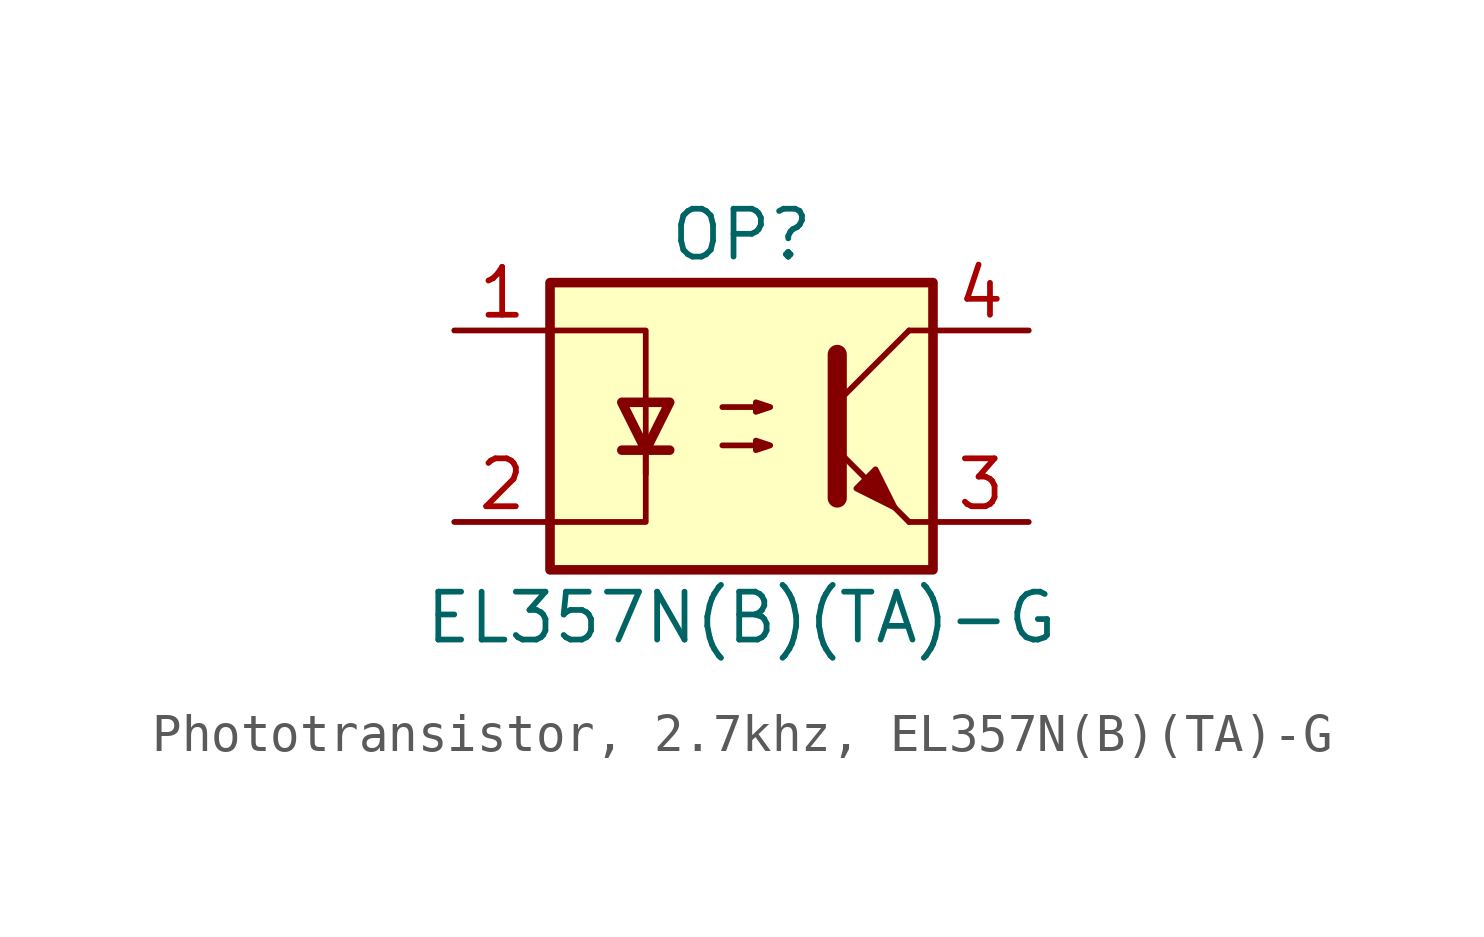
<source format=kicad_sym>
(kicad_symbol_lib
  (version 20231120)
  (generator "CDFER_Archive_Tool")
  (generator_version "0.0")
  (symbol "Phototransistor, 2.7khz, EL357N(B)(TA)-G"
    (property "Reference" "OP"
      (at 0 5.08 0)
      (effects (font (size 1.27 1.27))))
    (property "Value" "EL357N(B)(TA)-G"
      (at 0 -5.08 0)
      (effects (font (size 1.27 1.27))))
    (symbol "Phototransistor, 2.7khz, EL357N(B)(TA)-G_0_1"
      (rectangle (start -5.08 3.81) (end 5.08 -3.81) (stroke (width 0.254) (type default)) (fill (type background)))
      (polyline (pts (xy -3.175 -0.635) (xy -1.905 -0.635)) (stroke (width 0.254) (type default)) (fill (type none)))
      (polyline (pts (xy 2.54 0.635) (xy 4.445 2.54)) (stroke (width 0) (type default)) (fill (type none)))
      (polyline (pts (xy 4.445 -2.54) (xy 2.54 -0.635)) (stroke (width 0) (type default)) (fill (type outline)))
      (polyline (pts (xy 4.445 -2.54) (xy 5.08 -2.54)) (stroke (width 0) (type default)) (fill (type none)))
      (polyline (pts (xy 4.445 2.54) (xy 5.08 2.54)) (stroke (width 0) (type default)) (fill (type none)))
      (polyline (pts (xy -2.54 -0.635) (xy -2.54 -2.54) (xy -5.08 -2.54)) (stroke (width 0) (type default)) (fill (type none)))
      (polyline (pts (xy 2.54 1.905) (xy 2.54 -1.905) (xy 2.54 -1.905)) (stroke (width 0.508) (type default)) (fill (type none)))
      (polyline (pts (xy -5.08 2.54) (xy -2.54 2.54) (xy -2.54 -1.27) (xy -2.54 0.635)) (stroke (width 0) (type default)) (fill (type none)))
      (polyline (pts (xy -2.54 -0.635) (xy -3.175 0.635) (xy -1.905 0.635) (xy -2.54 -0.635)) (stroke (width 0.254) (type default)) (fill (type none)))
      (polyline (pts (xy -0.508 -0.508) (xy 0.762 -0.508) (xy 0.381 -0.635) (xy 0.381 -0.381) (xy 0.762 -0.508)) (stroke (width 0) (type default)) (fill (type none)))
      (polyline (pts (xy -0.508 0.508) (xy 0.762 0.508) (xy 0.381 0.381) (xy 0.381 0.635) (xy 0.762 0.508)) (stroke (width 0) (type default)) (fill (type none)))
      (polyline (pts (xy 3.048 -1.651) (xy 3.556 -1.143) (xy 4.064 -2.159) (xy 3.048 -1.651) (xy 3.048 -1.651)) (stroke (width 0) (type default)) (fill (type outline))))
    (symbol "Phototransistor, 2.7khz, EL357N(B)(TA)-G_1_1"
      (pin passive line (at -7.62 2.54 0) (length 2.54) (name "~" (effects (font (size 1.27 1.27)))) (number "1" (effects (font (size 1.27 1.27)))))
      (pin passive line (at -7.62 -2.54 0) (length 2.54) (name "~" (effects (font (size 1.27 1.27)))) (number "2" (effects (font (size 1.27 1.27)))))
      (pin passive line (at 7.62 -2.54 180) (length 2.54) (name "~" (effects (font (size 1.27 1.27)))) (number "3" (effects (font (size 1.27 1.27)))))
      (pin passive line (at 7.62 2.54 180) (length 2.54) (name "~" (effects (font (size 1.27 1.27)))) (number "4" (effects (font (size 1.27 1.27))))))))
</source>
